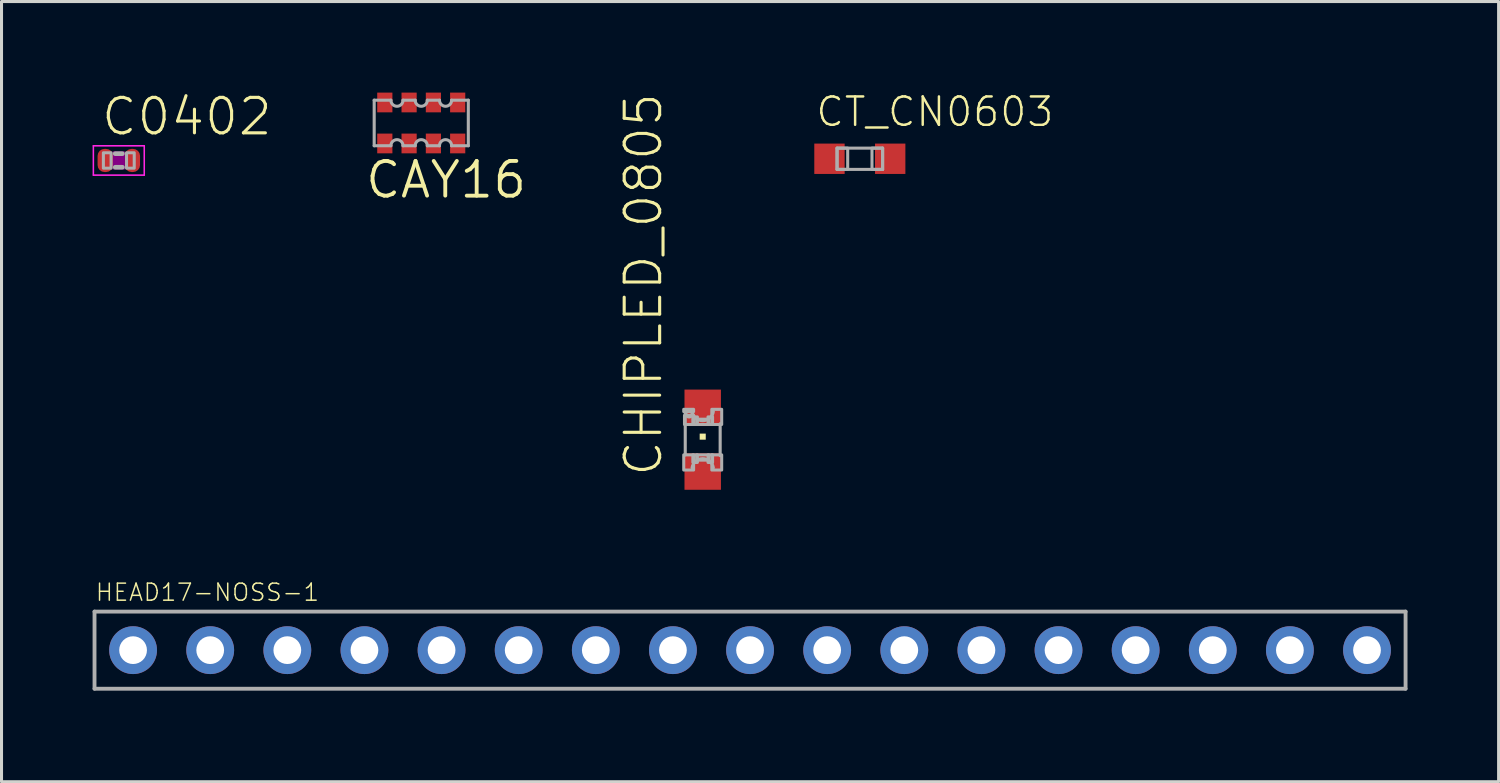
<source format=kicad_pcb>
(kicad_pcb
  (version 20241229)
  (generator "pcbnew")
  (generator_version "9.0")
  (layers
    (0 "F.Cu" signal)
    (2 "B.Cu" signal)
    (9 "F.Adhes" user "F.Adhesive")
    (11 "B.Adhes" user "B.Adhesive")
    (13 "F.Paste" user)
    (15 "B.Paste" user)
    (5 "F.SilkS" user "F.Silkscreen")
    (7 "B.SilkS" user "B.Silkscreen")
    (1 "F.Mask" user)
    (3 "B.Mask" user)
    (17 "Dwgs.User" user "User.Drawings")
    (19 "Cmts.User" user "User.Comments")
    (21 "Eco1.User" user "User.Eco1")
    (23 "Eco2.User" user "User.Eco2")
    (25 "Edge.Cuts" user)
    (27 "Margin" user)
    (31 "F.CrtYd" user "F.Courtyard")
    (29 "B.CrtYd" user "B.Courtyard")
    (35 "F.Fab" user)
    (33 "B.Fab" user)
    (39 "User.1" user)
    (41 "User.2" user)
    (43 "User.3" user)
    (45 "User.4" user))
  (footprint "CHIPLED_0805"
    (layer "F.Cu")
    (at 20.094 11.431)
    (property "Reference" "CHIPLED_0805" (at -1.27 1.27 90) (layer "F.SilkS") (effects (font (size 1.168 1.168) (thickness 0.102)) (justify left bottom)))
    (fp_poly (pts (xy -0.1 0) (xy 0.1 0) (xy 0.1 -0.2) (xy -0.1 -0.2)) (stroke (width 0) (type default)) (fill yes) (layer "F.SilkS"))
    (fp_line (start -0.575 0.5) (end -0.575 -0.925) (stroke (width 0.102) (type solid)) (layer "F.Fab"))
    (fp_line (start 0.575 -0.525) (end 0.575 0.525) (stroke (width 0.102) (type solid)) (layer "F.Fab"))
    (fp_arc (start -0.35 0.925) (mid -0.000001 0.625027) (end 0.35 0.924998) (stroke (width 0.1016) (type solid)) (layer "F.Fab"))
    (fp_arc (start 0.35 -0.924998) (mid -0.000001 -0.625027) (end -0.35 -0.925) (stroke (width 0.1016) (type solid)) (layer "F.Fab"))
    (fp_circle (center -0.45 -0.85) (end -0.347 -0.85) (stroke (width 0.102) (type solid)) (fill no) (layer "F.Fab"))
    (fp_poly (pts (xy -0.625 -0.925) (xy -0.3 -0.925) (xy -0.3 -1) (xy -0.625 -1)) (stroke (width 0.1) (type default)) (fill no) (layer "F.Fab"))
    (fp_poly (pts (xy -0.625 1) (xy -0.3 1) (xy -0.3 0.5) (xy -0.625 0.5)) (stroke (width 0.1) (type default)) (fill no) (layer "F.Fab"))
    (fp_poly (pts (xy -0.6 -0.5) (xy -0.3 -0.5) (xy -0.3 -0.8) (xy -0.6 -0.8)) (stroke (width 0.1) (type default)) (fill no) (layer "F.Fab"))
    (fp_poly (pts (xy -0.325 -0.5) (xy -0.175 -0.5) (xy -0.175 -0.75) (xy -0.325 -0.75)) (stroke (width 0.1) (type default)) (fill no) (layer "F.Fab"))
    (fp_poly (pts (xy -0.325 0.75) (xy -0.175 0.75) (xy -0.175 0.5) (xy -0.325 0.5)) (stroke (width 0.1) (type default)) (fill no) (layer "F.Fab"))
    (fp_poly (pts (xy -0.2 -0.5) (xy 0.2 -0.5) (xy 0.2 -0.675) (xy -0.2 -0.675)) (stroke (width 0.1) (type default)) (fill no) (layer "F.Fab"))
    (fp_poly (pts (xy -0.2 0.675) (xy 0.2 0.675) (xy 0.2 0.5) (xy -0.2 0.5)) (stroke (width 0.1) (type default)) (fill no) (layer "F.Fab"))
    (fp_poly (pts (xy 0.175 -0.5) (xy 0.325 -0.5) (xy 0.325 -0.75) (xy 0.175 -0.75)) (stroke (width 0.1) (type default)) (fill no) (layer "F.Fab"))
    (fp_poly (pts (xy 0.175 0.75) (xy 0.325 0.75) (xy 0.325 0.5) (xy 0.175 0.5)) (stroke (width 0.1) (type default)) (fill no) (layer "F.Fab"))
    (fp_poly (pts (xy 0.3 -0.5) (xy 0.625 -0.5) (xy 0.625 -1) (xy 0.3 -1)) (stroke (width 0.1) (type default)) (fill no) (layer "F.Fab"))
    (fp_poly (pts (xy 0.3 1) (xy 0.625 1) (xy 0.625 0.5) (xy 0.3 0.5)) (stroke (width 0.1) (type default)) (fill no) (layer "F.Fab"))
    (pad "A" smd rect (at 0 1.05) (size 1.2 1.2) (layers "F.Cu" "F.Mask" "F.Paste"))
    (pad "C" smd rect (at 0 -1.05) (size 1.2 1.2) (layers "F.Cu" "F.Mask" "F.Paste")))
  (footprint "HEAD17-NOSS-1"
    (layer "F.Cu")
    (at 1.333 18.363)
    (property "Reference" "HEAD17-NOSS-1" (at -1.27 -1.575 0) (layer "F.SilkS") (effects (font (size 0.561 0.561) (thickness 0.049)) (justify left bottom)))
    (fp_line (start -1.27 -1.27) (end 41.91 -1.27) (stroke (width 0.127) (type solid)) (layer "F.Fab"))
    (fp_line (start -1.27 1.27) (end -1.27 -1.27) (stroke (width 0.127) (type solid)) (layer "F.Fab"))
    (fp_line (start 41.91 -1.27) (end 41.91 1.27) (stroke (width 0.127) (type solid)) (layer "F.Fab"))
    (fp_line (start 41.91 1.27) (end -1.27 1.27) (stroke (width 0.127) (type solid)) (layer "F.Fab"))
    (pad "1" thru_hole circle (at 0 0) (size 1.575 1.575) (drill 0.914) (layers "*.Cu" "*.Mask"))
    (pad "2" thru_hole circle (at 2.54 0) (size 1.575 1.575) (drill 0.914) (layers "*.Cu" "*.Mask"))
    (pad "3" thru_hole circle (at 5.08 0) (size 1.575 1.575) (drill 0.914) (layers "*.Cu" "*.Mask"))
    (pad "4" thru_hole circle (at 7.62 0) (size 1.575 1.575) (drill 0.914) (layers "*.Cu" "*.Mask"))
    (pad "5" thru_hole circle (at 10.16 0) (size 1.575 1.575) (drill 0.914) (layers "*.Cu" "*.Mask"))
    (pad "6" thru_hole circle (at 12.7 0) (size 1.575 1.575) (drill 0.914) (layers "*.Cu" "*.Mask"))
    (pad "7" thru_hole circle (at 15.24 0) (size 1.575 1.575) (drill 0.914) (layers "*.Cu" "*.Mask"))
    (pad "8" thru_hole circle (at 17.78 0) (size 1.575 1.575) (drill 0.914) (layers "*.Cu" "*.Mask"))
    (pad "9" thru_hole circle (at 20.32 0) (size 1.575 1.575) (drill 0.914) (layers "*.Cu" "*.Mask"))
    (pad "10" thru_hole circle (at 22.86 0) (size 1.575 1.575) (drill 0.914) (layers "*.Cu" "*.Mask"))
    (pad "11" thru_hole circle (at 25.4 0) (size 1.575 1.575) (drill 0.914) (layers "*.Cu" "*.Mask"))
    (pad "12" thru_hole circle (at 27.94 0) (size 1.575 1.575) (drill 0.914) (layers "*.Cu" "*.Mask"))
    (pad "13" thru_hole circle (at 30.48 0) (size 1.575 1.575) (drill 0.914) (layers "*.Cu" "*.Mask"))
    (pad "14" thru_hole circle (at 33.02 0) (size 1.575 1.575) (drill 0.914) (layers "*.Cu" "*.Mask"))
    (pad "15" thru_hole circle (at 35.56 0) (size 1.575 1.575) (drill 0.914) (layers "*.Cu" "*.Mask"))
    (pad "16" thru_hole circle (at 38.1 0) (size 1.575 1.575) (drill 0.914) (layers "*.Cu" "*.Mask"))
    (pad "17" thru_hole circle (at 40.64 0) (size 1.575 1.575) (drill 0.914) (layers "*.Cu" "*.Mask")))
  (footprint "CT_CN0603"
    (layer "F.Cu")
    (at 25.269 2.179)
    (property "Reference" "CT_CN0603" (at -1.5 -1 0) (layer "F.SilkS") (effects (font (size 0.935 0.935) (thickness 0.081)) (justify left bottom)))
    (fp_line (start -0.75 -0.35) (end 0.75 -0.35) (stroke (width 0.102) (type solid)) (layer "F.Fab"))
    (fp_line (start -0.75 0.35) (end -0.75 -0.35) (stroke (width 0.102) (type solid)) (layer "F.Fab"))
    (fp_line (start 0.75 -0.35) (end 0.75 0.35) (stroke (width 0.102) (type solid)) (layer "F.Fab"))
    (fp_line (start 0.75 0.35) (end -0.75 0.35) (stroke (width 0.102) (type solid)) (layer "F.Fab"))
    (fp_poly (pts (xy -0.75 0.35) (xy -0.4 0.35) (xy -0.4 -0.35) (xy -0.75 -0.35)) (stroke (width 0.1) (type default)) (fill no) (layer "F.Fab"))
    (fp_poly (pts (xy 0.75 -0.35) (xy 0.4 -0.35) (xy 0.4 0.35) (xy 0.75 0.35)) (stroke (width 0.1) (type default)) (fill no) (layer "F.Fab"))
    (pad "1" smd rect (at -1 0) (size 1 1) (layers "F.Cu" "F.Mask" "F.Paste"))
    (pad "2" smd rect (at 1 0) (size 1 1) (layers "F.Cu" "F.Mask" "F.Paste")))
  (footprint "CAY16"
    (layer "F.Cu")
    (at 10.824 1)
    (property "Reference" "CAY16" (at -1.905 2.54 0) (layer "F.SilkS") (effects (font (size 1.143 1.143) (thickness 0.127)) (justify left bottom)))
    (fp_line (start -1.55 -0.75) (end -1 -0.75) (stroke (width 0.102) (type solid)) (layer "F.Fab"))
    (fp_line (start -1.55 0.75) (end -1.55 -0.75) (stroke (width 0.102) (type solid)) (layer "F.Fab"))
    (fp_line (start -1 0.75) (end -1.55 0.75) (stroke (width 0.102) (type solid)) (layer "F.Fab"))
    (fp_line (start -0.6 -0.75) (end -0.2 -0.75) (stroke (width 0.102) (type solid)) (layer "F.Fab"))
    (fp_line (start -0.2 0.75) (end -0.6 0.75) (stroke (width 0.102) (type solid)) (layer "F.Fab"))
    (fp_line (start 0.2 -0.75) (end 0.6 -0.75) (stroke (width 0.102) (type solid)) (layer "F.Fab"))
    (fp_line (start 0.6 0.75) (end 0.2 0.75) (stroke (width 0.102) (type solid)) (layer "F.Fab"))
    (fp_line (start 1 -0.75) (end 1.55 -0.75) (stroke (width 0.102) (type solid)) (layer "F.Fab"))
    (fp_line (start 1.55 -0.75) (end 1.55 0.75) (stroke (width 0.102) (type solid)) (layer "F.Fab"))
    (fp_line (start 1.55 0.75) (end 1 0.75) (stroke (width 0.102) (type solid)) (layer "F.Fab"))
    (fp_arc (start -1 0.75) (mid -0.8 0.55) (end -0.6 0.75) (stroke (width 0.1016) (type solid)) (layer "F.Fab"))
    (fp_arc (start -0.6 -0.75) (mid -0.8 -0.55) (end -1 -0.75) (stroke (width 0.1016) (type solid)) (layer "F.Fab"))
    (fp_arc (start -0.2 0.75) (mid 0 0.55) (end 0.2 0.75) (stroke (width 0.1016) (type solid)) (layer "F.Fab"))
    (fp_arc (start 0.2 -0.75) (mid 0 -0.55) (end -0.2 -0.75) (stroke (width 0.1016) (type solid)) (layer "F.Fab"))
    (fp_arc (start 0.6 0.75) (mid 0.8 0.55) (end 1 0.75) (stroke (width 0.1016) (type solid)) (layer "F.Fab"))
    (fp_arc (start 1 -0.75) (mid 0.8 -0.55) (end 0.6 -0.75) (stroke (width 0.1016) (type solid)) (layer "F.Fab"))
    (pad "1" smd rect (at -1.2 0.675) (size 0.5 0.65) (layers "F.Cu" "F.Mask" "F.Paste"))
    (pad "2" smd rect (at -0.4 0.675) (size 0.5 0.65) (layers "F.Cu" "F.Mask" "F.Paste"))
    (pad "3" smd rect (at 0.4 0.675) (size 0.5 0.65) (layers "F.Cu" "F.Mask" "F.Paste"))
    (pad "4" smd rect (at 1.2 0.675) (size 0.5 0.65) (layers "F.Cu" "F.Mask" "F.Paste"))
    (pad "5" smd rect (at 1.2 -0.675) (size 0.5 0.65) (layers "F.Cu" "F.Mask" "F.Paste"))
    (pad "6" smd rect (at 0.4 -0.675) (size 0.5 0.65) (layers "F.Cu" "F.Mask" "F.Paste"))
    (pad "7" smd rect (at -0.4 -0.675) (size 0.5 0.65) (layers "F.Cu" "F.Mask" "F.Paste"))
    (pad "8" smd rect (at -1.2 -0.675) (size 0.5 0.65) (layers "F.Cu" "F.Mask" "F.Paste")))
  (footprint "C0402"
    (layer "F.Cu")
    (at 0.863 2.235)
    (property "Reference" "C0402" (at -0.635 -0.762 0) (layer "F.SilkS") (effects (font (size 1.168 1.168) (thickness 0.102)) (justify left bottom)))
    (fp_poly (pts (xy -0.2 0.3) (xy 0.2 0.3) (xy 0.2 -0.3) (xy -0.2 -0.3)) (stroke (width 0) (type default)) (fill yes) (layer "F.Adhes"))
    (fp_line (start -0.838 -0.483) (end 0.838 -0.483) (stroke (width 0.051) (type solid)) (layer "F.CrtYd"))
    (fp_line (start -0.838 0.483) (end -0.838 -0.483) (stroke (width 0.051) (type solid)) (layer "F.CrtYd"))
    (fp_line (start 0.838 -0.483) (end 0.838 0.483) (stroke (width 0.051) (type solid)) (layer "F.CrtYd"))
    (fp_line (start 0.838 0.483) (end -0.838 0.483) (stroke (width 0.051) (type solid)) (layer "F.CrtYd"))
    (fp_line (start -0.118 -0.224) (end 0.118 -0.224) (stroke (width 0.152) (type solid)) (layer "F.Fab"))
    (fp_line (start 0.118 0.224) (end -0.118 0.224) (stroke (width 0.152) (type solid)) (layer "F.Fab"))
    (fp_poly (pts (xy -0.508 0.254) (xy -0.254 0.254) (xy -0.254 -0.254) (xy -0.508 -0.254)) (stroke (width 0.1) (type default)) (fill no) (layer "F.Fab"))
    (fp_poly (pts (xy 0.254 0.254) (xy 0.508 0.254) (xy 0.508 -0.254) (xy 0.254 -0.254)) (stroke (width 0.1) (type default)) (fill no) (layer "F.Fab"))
    (pad "1" smd roundrect (at -0.445 0) (size 0.508 0.762) (layers "F.Cu" "F.Mask" "F.Paste") (roundrect_rratio 0.45))
    (pad "2" smd roundrect (at 0.445 0) (size 0.508 0.762) (layers "F.Cu" "F.Mask" "F.Paste") (roundrect_rratio 0.45)))
  (gr_rect
    (start -3 -3)
    (end 46.307 22.696)
    (stroke (width 0.1) (type default))
    (fill no)
    (layer "Edge.Cuts")))
</source>
